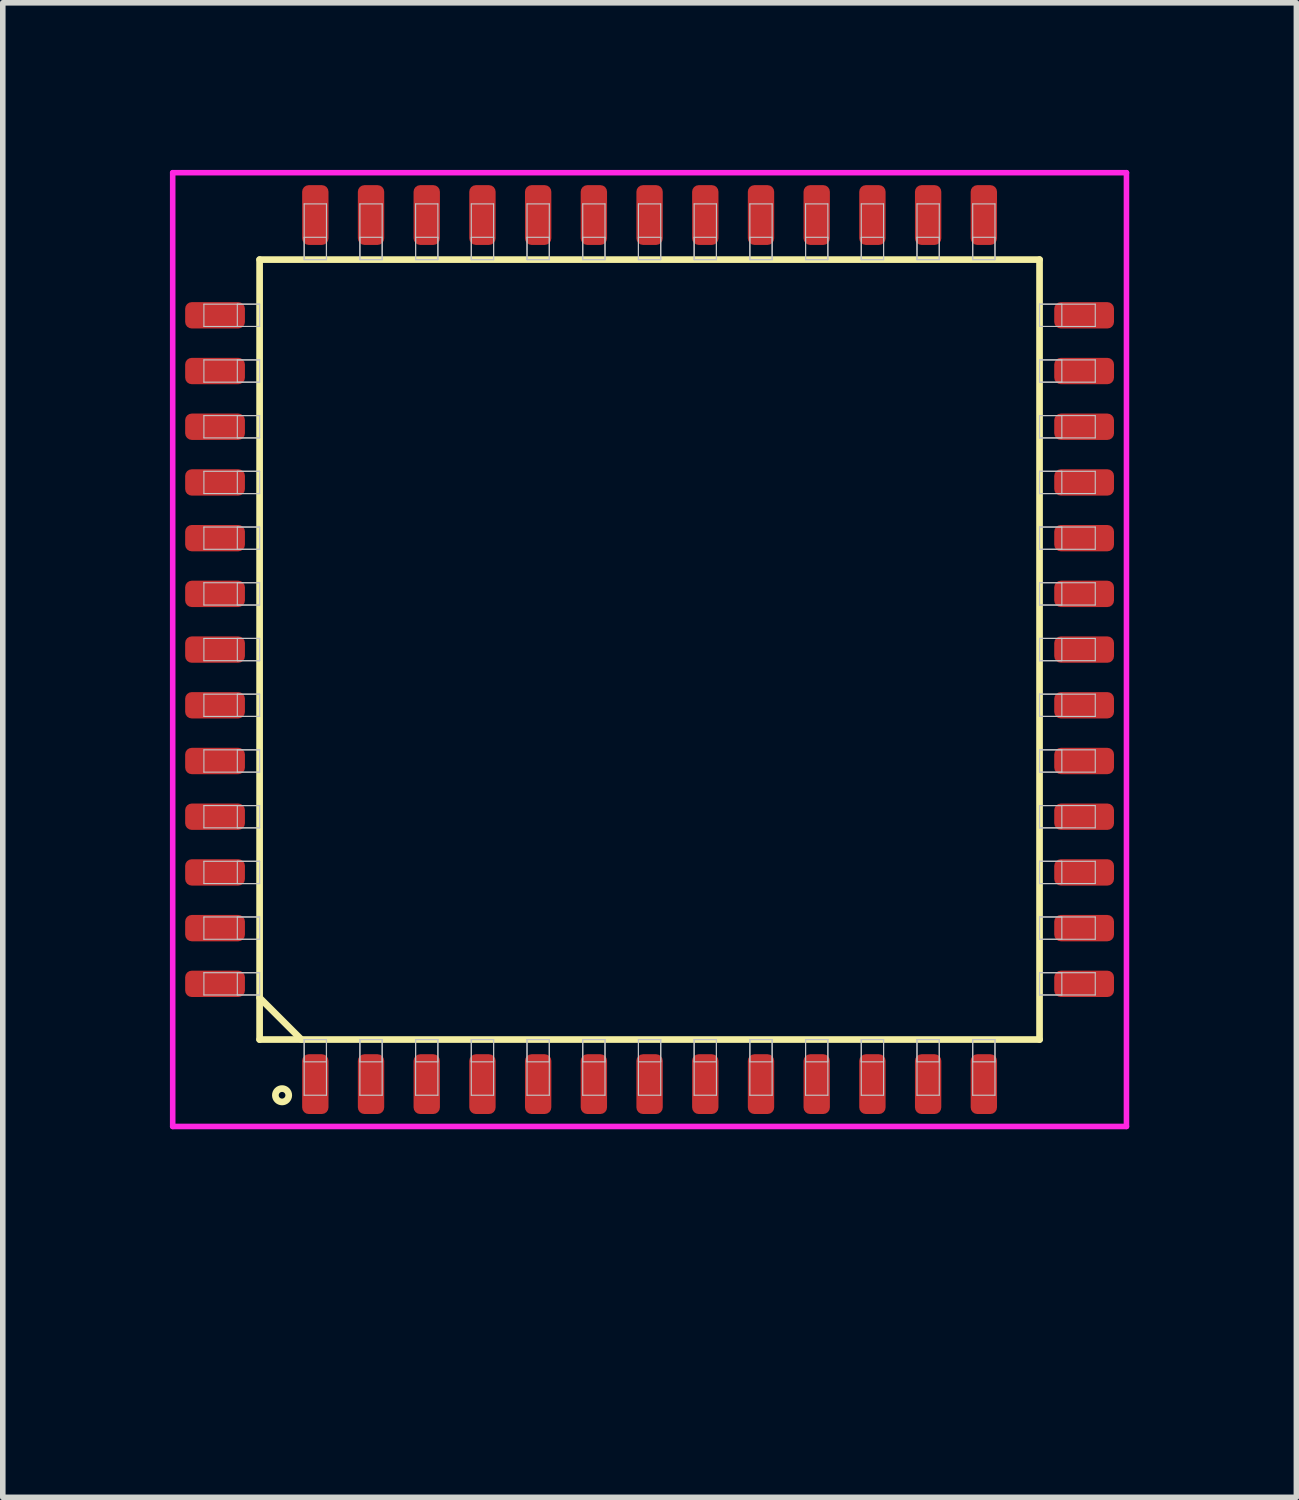
<source format=kicad_pcb>
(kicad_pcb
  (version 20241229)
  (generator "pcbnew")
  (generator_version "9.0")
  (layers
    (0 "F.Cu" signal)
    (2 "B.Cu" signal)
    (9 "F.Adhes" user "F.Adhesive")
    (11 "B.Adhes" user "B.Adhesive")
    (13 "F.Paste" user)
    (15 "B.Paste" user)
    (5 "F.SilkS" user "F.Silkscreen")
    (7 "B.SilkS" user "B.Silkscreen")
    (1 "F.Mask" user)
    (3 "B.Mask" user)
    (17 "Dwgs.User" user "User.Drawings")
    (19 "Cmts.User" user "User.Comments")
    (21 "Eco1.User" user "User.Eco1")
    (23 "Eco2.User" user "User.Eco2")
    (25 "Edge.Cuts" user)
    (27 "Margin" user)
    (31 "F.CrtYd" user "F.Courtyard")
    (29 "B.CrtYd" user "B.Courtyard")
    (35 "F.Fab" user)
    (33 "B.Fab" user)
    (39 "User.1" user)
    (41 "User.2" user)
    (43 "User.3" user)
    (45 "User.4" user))
  (footprint "QFP100P1400x1600-52"
    (layer "F.Cu")
    (at 8.61 8.61)
    (property "Reference" "QFP100P1400x1600-52" (at -3.5 3 90) (layer "User.1") (effects (font (size 1 1) (thickness 0.1))))
    (attr through_hole)
    (fp_line (start -7 -7) (end -7 7) (stroke (width 0.12) (type solid)) (layer "F.SilkS"))
    (fp_line (start -7 6.25) (end -6.25 7) (stroke (width 0.12) (type solid)) (layer "F.SilkS"))
    (fp_line (start -7 7) (end 7 7) (stroke (width 0.12) (type solid)) (layer "F.SilkS"))
    (fp_line (start 7 -7) (end -7 -7) (stroke (width 0.12) (type solid)) (layer "F.SilkS"))
    (fp_line (start 7 7) (end 7 -7) (stroke (width 0.12) (type solid)) (layer "F.SilkS"))
    (fp_circle (center -6.597 8) (end -6.477 8) (stroke (width 0.12) (type solid)) (fill no) (layer "F.SilkS"))
    (fp_line (start -8 -6.2) (end -8 -5.8) (stroke (width 0.02) (type solid)) (layer "Dwgs.User"))
    (fp_line (start -8 -5.8) (end -7 -5.8) (stroke (width 0.02) (type solid)) (layer "Dwgs.User"))
    (fp_line (start -8 -5.2) (end -8 -4.8) (stroke (width 0.02) (type solid)) (layer "Dwgs.User"))
    (fp_line (start -8 -4.8) (end -7 -4.8) (stroke (width 0.02) (type solid)) (layer "Dwgs.User"))
    (fp_line (start -8 -4.2) (end -8 -3.8) (stroke (width 0.02) (type solid)) (layer "Dwgs.User"))
    (fp_line (start -8 -3.8) (end -7 -3.8) (stroke (width 0.02) (type solid)) (layer "Dwgs.User"))
    (fp_line (start -8 -3.2) (end -8 -2.8) (stroke (width 0.02) (type solid)) (layer "Dwgs.User"))
    (fp_line (start -8 -2.8) (end -7 -2.8) (stroke (width 0.02) (type solid)) (layer "Dwgs.User"))
    (fp_line (start -8 -2.2) (end -8 -1.8) (stroke (width 0.02) (type solid)) (layer "Dwgs.User"))
    (fp_line (start -8 -1.8) (end -7 -1.8) (stroke (width 0.02) (type solid)) (layer "Dwgs.User"))
    (fp_line (start -8 -1.2) (end -8 -0.8) (stroke (width 0.02) (type solid)) (layer "Dwgs.User"))
    (fp_line (start -8 -0.8) (end -7 -0.8) (stroke (width 0.02) (type solid)) (layer "Dwgs.User"))
    (fp_line (start -8 -0.2) (end -8 0.2) (stroke (width 0.02) (type solid)) (layer "Dwgs.User"))
    (fp_line (start -8 0.2) (end -7 0.2) (stroke (width 0.02) (type solid)) (layer "Dwgs.User"))
    (fp_line (start -8 0.8) (end -8 1.2) (stroke (width 0.02) (type solid)) (layer "Dwgs.User"))
    (fp_line (start -8 1.2) (end -7 1.2) (stroke (width 0.02) (type solid)) (layer "Dwgs.User"))
    (fp_line (start -8 1.8) (end -8 2.2) (stroke (width 0.02) (type solid)) (layer "Dwgs.User"))
    (fp_line (start -8 2.2) (end -7 2.2) (stroke (width 0.02) (type solid)) (layer "Dwgs.User"))
    (fp_line (start -8 2.8) (end -8 3.2) (stroke (width 0.02) (type solid)) (layer "Dwgs.User"))
    (fp_line (start -8 3.2) (end -7 3.2) (stroke (width 0.02) (type solid)) (layer "Dwgs.User"))
    (fp_line (start -8 3.8) (end -8 4.2) (stroke (width 0.02) (type solid)) (layer "Dwgs.User"))
    (fp_line (start -8 4.2) (end -7 4.2) (stroke (width 0.02) (type solid)) (layer "Dwgs.User"))
    (fp_line (start -8 4.8) (end -8 5.2) (stroke (width 0.02) (type solid)) (layer "Dwgs.User"))
    (fp_line (start -8 5.2) (end -7 5.2) (stroke (width 0.02) (type solid)) (layer "Dwgs.User"))
    (fp_line (start -8 5.8) (end -8 6.2) (stroke (width 0.02) (type solid)) (layer "Dwgs.User"))
    (fp_line (start -8 6.2) (end -7 6.2) (stroke (width 0.02) (type solid)) (layer "Dwgs.User"))
    (fp_line (start -7.4 -6.2) (end -7.4 -5.8) (stroke (width 0.02) (type solid)) (layer "Dwgs.User"))
    (fp_line (start -7.4 -5.8) (end -7 -5.8) (stroke (width 0.02) (type solid)) (layer "Dwgs.User"))
    (fp_line (start -7.4 -5.2) (end -7.4 -4.8) (stroke (width 0.02) (type solid)) (layer "Dwgs.User"))
    (fp_line (start -7.4 -4.8) (end -7 -4.8) (stroke (width 0.02) (type solid)) (layer "Dwgs.User"))
    (fp_line (start -7.4 -4.2) (end -7.4 -3.8) (stroke (width 0.02) (type solid)) (layer "Dwgs.User"))
    (fp_line (start -7.4 -3.8) (end -7 -3.8) (stroke (width 0.02) (type solid)) (layer "Dwgs.User"))
    (fp_line (start -7.4 -3.2) (end -7.4 -2.8) (stroke (width 0.02) (type solid)) (layer "Dwgs.User"))
    (fp_line (start -7.4 -2.8) (end -7 -2.8) (stroke (width 0.02) (type solid)) (layer "Dwgs.User"))
    (fp_line (start -7.4 -2.2) (end -7.4 -1.8) (stroke (width 0.02) (type solid)) (layer "Dwgs.User"))
    (fp_line (start -7.4 -1.8) (end -7 -1.8) (stroke (width 0.02) (type solid)) (layer "Dwgs.User"))
    (fp_line (start -7.4 -1.2) (end -7.4 -0.8) (stroke (width 0.02) (type solid)) (layer "Dwgs.User"))
    (fp_line (start -7.4 -0.8) (end -7 -0.8) (stroke (width 0.02) (type solid)) (layer "Dwgs.User"))
    (fp_line (start -7.4 -0.2) (end -7.4 0.2) (stroke (width 0.02) (type solid)) (layer "Dwgs.User"))
    (fp_line (start -7.4 0.2) (end -7 0.2) (stroke (width 0.02) (type solid)) (layer "Dwgs.User"))
    (fp_line (start -7.4 0.8) (end -7.4 1.2) (stroke (width 0.02) (type solid)) (layer "Dwgs.User"))
    (fp_line (start -7.4 1.2) (end -7 1.2) (stroke (width 0.02) (type solid)) (layer "Dwgs.User"))
    (fp_line (start -7.4 1.8) (end -7.4 2.2) (stroke (width 0.02) (type solid)) (layer "Dwgs.User"))
    (fp_line (start -7.4 2.2) (end -7 2.2) (stroke (width 0.02) (type solid)) (layer "Dwgs.User"))
    (fp_line (start -7.4 2.8) (end -7.4 3.2) (stroke (width 0.02) (type solid)) (layer "Dwgs.User"))
    (fp_line (start -7.4 3.2) (end -7 3.2) (stroke (width 0.02) (type solid)) (layer "Dwgs.User"))
    (fp_line (start -7.4 3.8) (end -7.4 4.2) (stroke (width 0.02) (type solid)) (layer "Dwgs.User"))
    (fp_line (start -7.4 4.2) (end -7 4.2) (stroke (width 0.02) (type solid)) (layer "Dwgs.User"))
    (fp_line (start -7.4 4.8) (end -7.4 5.2) (stroke (width 0.02) (type solid)) (layer "Dwgs.User"))
    (fp_line (start -7.4 5.2) (end -7 5.2) (stroke (width 0.02) (type solid)) (layer "Dwgs.User"))
    (fp_line (start -7.4 5.8) (end -7.4 6.2) (stroke (width 0.02) (type solid)) (layer "Dwgs.User"))
    (fp_line (start -7.4 6.2) (end -7 6.2) (stroke (width 0.02) (type solid)) (layer "Dwgs.User"))
    (fp_line (start -7 -6.2) (end -8 -6.2) (stroke (width 0.02) (type solid)) (layer "Dwgs.User"))
    (fp_line (start -7 -6.2) (end -7.4 -6.2) (stroke (width 0.02) (type solid)) (layer "Dwgs.User"))
    (fp_line (start -7 -5.8) (end -7 -6.2) (stroke (width 0.02) (type solid)) (layer "Dwgs.User"))
    (fp_line (start -7 -5.8) (end -7 -6.2) (stroke (width 0.02) (type solid)) (layer "Dwgs.User"))
    (fp_line (start -7 -5.2) (end -8 -5.2) (stroke (width 0.02) (type solid)) (layer "Dwgs.User"))
    (fp_line (start -7 -5.2) (end -7.4 -5.2) (stroke (width 0.02) (type solid)) (layer "Dwgs.User"))
    (fp_line (start -7 -4.8) (end -7 -5.2) (stroke (width 0.02) (type solid)) (layer "Dwgs.User"))
    (fp_line (start -7 -4.8) (end -7 -5.2) (stroke (width 0.02) (type solid)) (layer "Dwgs.User"))
    (fp_line (start -7 -4.2) (end -8 -4.2) (stroke (width 0.02) (type solid)) (layer "Dwgs.User"))
    (fp_line (start -7 -4.2) (end -7.4 -4.2) (stroke (width 0.02) (type solid)) (layer "Dwgs.User"))
    (fp_line (start -7 -3.8) (end -7 -4.2) (stroke (width 0.02) (type solid)) (layer "Dwgs.User"))
    (fp_line (start -7 -3.8) (end -7 -4.2) (stroke (width 0.02) (type solid)) (layer "Dwgs.User"))
    (fp_line (start -7 -3.2) (end -8 -3.2) (stroke (width 0.02) (type solid)) (layer "Dwgs.User"))
    (fp_line (start -7 -3.2) (end -7.4 -3.2) (stroke (width 0.02) (type solid)) (layer "Dwgs.User"))
    (fp_line (start -7 -2.8) (end -7 -3.2) (stroke (width 0.02) (type solid)) (layer "Dwgs.User"))
    (fp_line (start -7 -2.8) (end -7 -3.2) (stroke (width 0.02) (type solid)) (layer "Dwgs.User"))
    (fp_line (start -7 -2.2) (end -8 -2.2) (stroke (width 0.02) (type solid)) (layer "Dwgs.User"))
    (fp_line (start -7 -2.2) (end -7.4 -2.2) (stroke (width 0.02) (type solid)) (layer "Dwgs.User"))
    (fp_line (start -7 -1.8) (end -7 -2.2) (stroke (width 0.02) (type solid)) (layer "Dwgs.User"))
    (fp_line (start -7 -1.8) (end -7 -2.2) (stroke (width 0.02) (type solid)) (layer "Dwgs.User"))
    (fp_line (start -7 -1.2) (end -8 -1.2) (stroke (width 0.02) (type solid)) (layer "Dwgs.User"))
    (fp_line (start -7 -1.2) (end -7.4 -1.2) (stroke (width 0.02) (type solid)) (layer "Dwgs.User"))
    (fp_line (start -7 -0.8) (end -7 -1.2) (stroke (width 0.02) (type solid)) (layer "Dwgs.User"))
    (fp_line (start -7 -0.8) (end -7 -1.2) (stroke (width 0.02) (type solid)) (layer "Dwgs.User"))
    (fp_line (start -7 -0.2) (end -8 -0.2) (stroke (width 0.02) (type solid)) (layer "Dwgs.User"))
    (fp_line (start -7 -0.2) (end -7.4 -0.2) (stroke (width 0.02) (type solid)) (layer "Dwgs.User"))
    (fp_line (start -7 0.2) (end -7 -0.2) (stroke (width 0.02) (type solid)) (layer "Dwgs.User"))
    (fp_line (start -7 0.2) (end -7 -0.2) (stroke (width 0.02) (type solid)) (layer "Dwgs.User"))
    (fp_line (start -7 0.8) (end -8 0.8) (stroke (width 0.02) (type solid)) (layer "Dwgs.User"))
    (fp_line (start -7 0.8) (end -7.4 0.8) (stroke (width 0.02) (type solid)) (layer "Dwgs.User"))
    (fp_line (start -7 1.2) (end -7 0.8) (stroke (width 0.02) (type solid)) (layer "Dwgs.User"))
    (fp_line (start -7 1.2) (end -7 0.8) (stroke (width 0.02) (type solid)) (layer "Dwgs.User"))
    (fp_line (start -7 1.8) (end -8 1.8) (stroke (width 0.02) (type solid)) (layer "Dwgs.User"))
    (fp_line (start -7 1.8) (end -7.4 1.8) (stroke (width 0.02) (type solid)) (layer "Dwgs.User"))
    (fp_line (start -7 2.2) (end -7 1.8) (stroke (width 0.02) (type solid)) (layer "Dwgs.User"))
    (fp_line (start -7 2.2) (end -7 1.8) (stroke (width 0.02) (type solid)) (layer "Dwgs.User"))
    (fp_line (start -7 2.8) (end -8 2.8) (stroke (width 0.02) (type solid)) (layer "Dwgs.User"))
    (fp_line (start -7 2.8) (end -7.4 2.8) (stroke (width 0.02) (type solid)) (layer "Dwgs.User"))
    (fp_line (start -7 3.2) (end -7 2.8) (stroke (width 0.02) (type solid)) (layer "Dwgs.User"))
    (fp_line (start -7 3.2) (end -7 2.8) (stroke (width 0.02) (type solid)) (layer "Dwgs.User"))
    (fp_line (start -7 3.8) (end -8 3.8) (stroke (width 0.02) (type solid)) (layer "Dwgs.User"))
    (fp_line (start -7 3.8) (end -7.4 3.8) (stroke (width 0.02) (type solid)) (layer "Dwgs.User"))
    (fp_line (start -7 4.2) (end -7 3.8) (stroke (width 0.02) (type solid)) (layer "Dwgs.User"))
    (fp_line (start -7 4.2) (end -7 3.8) (stroke (width 0.02) (type solid)) (layer "Dwgs.User"))
    (fp_line (start -7 4.8) (end -8 4.8) (stroke (width 0.02) (type solid)) (layer "Dwgs.User"))
    (fp_line (start -7 4.8) (end -7.4 4.8) (stroke (width 0.02) (type solid)) (layer "Dwgs.User"))
    (fp_line (start -7 5.2) (end -7 4.8) (stroke (width 0.02) (type solid)) (layer "Dwgs.User"))
    (fp_line (start -7 5.2) (end -7 4.8) (stroke (width 0.02) (type solid)) (layer "Dwgs.User"))
    (fp_line (start -7 5.8) (end -8 5.8) (stroke (width 0.02) (type solid)) (layer "Dwgs.User"))
    (fp_line (start -7 5.8) (end -7.4 5.8) (stroke (width 0.02) (type solid)) (layer "Dwgs.User"))
    (fp_line (start -7 6.2) (end -7 5.8) (stroke (width 0.02) (type solid)) (layer "Dwgs.User"))
    (fp_line (start -7 6.2) (end -7 5.8) (stroke (width 0.02) (type solid)) (layer "Dwgs.User"))
    (fp_line (start -6.2 -8) (end -6.2 -7) (stroke (width 0.02) (type solid)) (layer "Dwgs.User"))
    (fp_line (start -6.2 -7.4) (end -6.2 -7) (stroke (width 0.02) (type solid)) (layer "Dwgs.User"))
    (fp_line (start -6.2 -7) (end -5.8 -7) (stroke (width 0.02) (type solid)) (layer "Dwgs.User"))
    (fp_line (start -6.2 -7) (end -5.8 -7) (stroke (width 0.02) (type solid)) (layer "Dwgs.User"))
    (fp_line (start -6.2 7) (end -5.8 7) (stroke (width 0.02) (type solid)) (layer "Dwgs.User"))
    (fp_line (start -6.2 7) (end -5.8 7) (stroke (width 0.02) (type solid)) (layer "Dwgs.User"))
    (fp_line (start -6.2 7.4) (end -6.2 7) (stroke (width 0.02) (type solid)) (layer "Dwgs.User"))
    (fp_line (start -6.2 8) (end -6.2 7) (stroke (width 0.02) (type solid)) (layer "Dwgs.User"))
    (fp_line (start -5.8 -8) (end -6.2 -8) (stroke (width 0.02) (type solid)) (layer "Dwgs.User"))
    (fp_line (start -5.8 -7.4) (end -6.2 -7.4) (stroke (width 0.02) (type solid)) (layer "Dwgs.User"))
    (fp_line (start -5.8 -7) (end -5.8 -8) (stroke (width 0.02) (type solid)) (layer "Dwgs.User"))
    (fp_line (start -5.8 -7) (end -5.8 -7.4) (stroke (width 0.02) (type solid)) (layer "Dwgs.User"))
    (fp_line (start -5.8 7) (end -5.8 7.4) (stroke (width 0.02) (type solid)) (layer "Dwgs.User"))
    (fp_line (start -5.8 7) (end -5.8 8) (stroke (width 0.02) (type solid)) (layer "Dwgs.User"))
    (fp_line (start -5.8 7.4) (end -6.2 7.4) (stroke (width 0.02) (type solid)) (layer "Dwgs.User"))
    (fp_line (start -5.8 8) (end -6.2 8) (stroke (width 0.02) (type solid)) (layer "Dwgs.User"))
    (fp_line (start -5.2 -8) (end -5.2 -7) (stroke (width 0.02) (type solid)) (layer "Dwgs.User"))
    (fp_line (start -5.2 -7.4) (end -5.2 -7) (stroke (width 0.02) (type solid)) (layer "Dwgs.User"))
    (fp_line (start -5.2 -7) (end -4.8 -7) (stroke (width 0.02) (type solid)) (layer "Dwgs.User"))
    (fp_line (start -5.2 -7) (end -4.8 -7) (stroke (width 0.02) (type solid)) (layer "Dwgs.User"))
    (fp_line (start -5.2 7) (end -4.8 7) (stroke (width 0.02) (type solid)) (layer "Dwgs.User"))
    (fp_line (start -5.2 7) (end -4.8 7) (stroke (width 0.02) (type solid)) (layer "Dwgs.User"))
    (fp_line (start -5.2 7.4) (end -5.2 7) (stroke (width 0.02) (type solid)) (layer "Dwgs.User"))
    (fp_line (start -5.2 8) (end -5.2 7) (stroke (width 0.02) (type solid)) (layer "Dwgs.User"))
    (fp_line (start -4.8 -8) (end -5.2 -8) (stroke (width 0.02) (type solid)) (layer "Dwgs.User"))
    (fp_line (start -4.8 -7.4) (end -5.2 -7.4) (stroke (width 0.02) (type solid)) (layer "Dwgs.User"))
    (fp_line (start -4.8 -7) (end -4.8 -8) (stroke (width 0.02) (type solid)) (layer "Dwgs.User"))
    (fp_line (start -4.8 -7) (end -4.8 -7.4) (stroke (width 0.02) (type solid)) (layer "Dwgs.User"))
    (fp_line (start -4.8 7) (end -4.8 7.4) (stroke (width 0.02) (type solid)) (layer "Dwgs.User"))
    (fp_line (start -4.8 7) (end -4.8 8) (stroke (width 0.02) (type solid)) (layer "Dwgs.User"))
    (fp_line (start -4.8 7.4) (end -5.2 7.4) (stroke (width 0.02) (type solid)) (layer "Dwgs.User"))
    (fp_line (start -4.8 8) (end -5.2 8) (stroke (width 0.02) (type solid)) (layer "Dwgs.User"))
    (fp_line (start -4.2 -8) (end -4.2 -7) (stroke (width 0.02) (type solid)) (layer "Dwgs.User"))
    (fp_line (start -4.2 -7.4) (end -4.2 -7) (stroke (width 0.02) (type solid)) (layer "Dwgs.User"))
    (fp_line (start -4.2 -7) (end -3.8 -7) (stroke (width 0.02) (type solid)) (layer "Dwgs.User"))
    (fp_line (start -4.2 -7) (end -3.8 -7) (stroke (width 0.02) (type solid)) (layer "Dwgs.User"))
    (fp_line (start -4.2 7) (end -3.8 7) (stroke (width 0.02) (type solid)) (layer "Dwgs.User"))
    (fp_line (start -4.2 7) (end -3.8 7) (stroke (width 0.02) (type solid)) (layer "Dwgs.User"))
    (fp_line (start -4.2 7.4) (end -4.2 7) (stroke (width 0.02) (type solid)) (layer "Dwgs.User"))
    (fp_line (start -4.2 8) (end -4.2 7) (stroke (width 0.02) (type solid)) (layer "Dwgs.User"))
    (fp_line (start -3.8 -8) (end -4.2 -8) (stroke (width 0.02) (type solid)) (layer "Dwgs.User"))
    (fp_line (start -3.8 -7.4) (end -4.2 -7.4) (stroke (width 0.02) (type solid)) (layer "Dwgs.User"))
    (fp_line (start -3.8 -7) (end -3.8 -8) (stroke (width 0.02) (type solid)) (layer "Dwgs.User"))
    (fp_line (start -3.8 -7) (end -3.8 -7.4) (stroke (width 0.02) (type solid)) (layer "Dwgs.User"))
    (fp_line (start -3.8 7) (end -3.8 7.4) (stroke (width 0.02) (type solid)) (layer "Dwgs.User"))
    (fp_line (start -3.8 7) (end -3.8 8) (stroke (width 0.02) (type solid)) (layer "Dwgs.User"))
    (fp_line (start -3.8 7.4) (end -4.2 7.4) (stroke (width 0.02) (type solid)) (layer "Dwgs.User"))
    (fp_line (start -3.8 8) (end -4.2 8) (stroke (width 0.02) (type solid)) (layer "Dwgs.User"))
    (fp_line (start -3.2 -8) (end -3.2 -7) (stroke (width 0.02) (type solid)) (layer "Dwgs.User"))
    (fp_line (start -3.2 -7.4) (end -3.2 -7) (stroke (width 0.02) (type solid)) (layer "Dwgs.User"))
    (fp_line (start -3.2 -7) (end -2.8 -7) (stroke (width 0.02) (type solid)) (layer "Dwgs.User"))
    (fp_line (start -3.2 -7) (end -2.8 -7) (stroke (width 0.02) (type solid)) (layer "Dwgs.User"))
    (fp_line (start -3.2 7) (end -2.8 7) (stroke (width 0.02) (type solid)) (layer "Dwgs.User"))
    (fp_line (start -3.2 7) (end -2.8 7) (stroke (width 0.02) (type solid)) (layer "Dwgs.User"))
    (fp_line (start -3.2 7.4) (end -3.2 7) (stroke (width 0.02) (type solid)) (layer "Dwgs.User"))
    (fp_line (start -3.2 8) (end -3.2 7) (stroke (width 0.02) (type solid)) (layer "Dwgs.User"))
    (fp_line (start -2.8 -8) (end -3.2 -8) (stroke (width 0.02) (type solid)) (layer "Dwgs.User"))
    (fp_line (start -2.8 -7.4) (end -3.2 -7.4) (stroke (width 0.02) (type solid)) (layer "Dwgs.User"))
    (fp_line (start -2.8 -7) (end -2.8 -8) (stroke (width 0.02) (type solid)) (layer "Dwgs.User"))
    (fp_line (start -2.8 -7) (end -2.8 -7.4) (stroke (width 0.02) (type solid)) (layer "Dwgs.User"))
    (fp_line (start -2.8 7) (end -2.8 7.4) (stroke (width 0.02) (type solid)) (layer "Dwgs.User"))
    (fp_line (start -2.8 7) (end -2.8 8) (stroke (width 0.02) (type solid)) (layer "Dwgs.User"))
    (fp_line (start -2.8 7.4) (end -3.2 7.4) (stroke (width 0.02) (type solid)) (layer "Dwgs.User"))
    (fp_line (start -2.8 8) (end -3.2 8) (stroke (width 0.02) (type solid)) (layer "Dwgs.User"))
    (fp_line (start -2.2 -8) (end -2.2 -7) (stroke (width 0.02) (type solid)) (layer "Dwgs.User"))
    (fp_line (start -2.2 -7.4) (end -2.2 -7) (stroke (width 0.02) (type solid)) (layer "Dwgs.User"))
    (fp_line (start -2.2 -7) (end -1.8 -7) (stroke (width 0.02) (type solid)) (layer "Dwgs.User"))
    (fp_line (start -2.2 -7) (end -1.8 -7) (stroke (width 0.02) (type solid)) (layer "Dwgs.User"))
    (fp_line (start -2.2 7) (end -1.8 7) (stroke (width 0.02) (type solid)) (layer "Dwgs.User"))
    (fp_line (start -2.2 7) (end -1.8 7) (stroke (width 0.02) (type solid)) (layer "Dwgs.User"))
    (fp_line (start -2.2 7.4) (end -2.2 7) (stroke (width 0.02) (type solid)) (layer "Dwgs.User"))
    (fp_line (start -2.2 8) (end -2.2 7) (stroke (width 0.02) (type solid)) (layer "Dwgs.User"))
    (fp_line (start -1.8 -8) (end -2.2 -8) (stroke (width 0.02) (type solid)) (layer "Dwgs.User"))
    (fp_line (start -1.8 -7.4) (end -2.2 -7.4) (stroke (width 0.02) (type solid)) (layer "Dwgs.User"))
    (fp_line (start -1.8 -7) (end -1.8 -8) (stroke (width 0.02) (type solid)) (layer "Dwgs.User"))
    (fp_line (start -1.8 -7) (end -1.8 -7.4) (stroke (width 0.02) (type solid)) (layer "Dwgs.User"))
    (fp_line (start -1.8 7) (end -1.8 7.4) (stroke (width 0.02) (type solid)) (layer "Dwgs.User"))
    (fp_line (start -1.8 7) (end -1.8 8) (stroke (width 0.02) (type solid)) (layer "Dwgs.User"))
    (fp_line (start -1.8 7.4) (end -2.2 7.4) (stroke (width 0.02) (type solid)) (layer "Dwgs.User"))
    (fp_line (start -1.8 8) (end -2.2 8) (stroke (width 0.02) (type solid)) (layer "Dwgs.User"))
    (fp_line (start -1.2 -8) (end -1.2 -7) (stroke (width 0.02) (type solid)) (layer "Dwgs.User"))
    (fp_line (start -1.2 -7.4) (end -1.2 -7) (stroke (width 0.02) (type solid)) (layer "Dwgs.User"))
    (fp_line (start -1.2 -7) (end -0.8 -7) (stroke (width 0.02) (type solid)) (layer "Dwgs.User"))
    (fp_line (start -1.2 -7) (end -0.8 -7) (stroke (width 0.02) (type solid)) (layer "Dwgs.User"))
    (fp_line (start -1.2 7) (end -0.8 7) (stroke (width 0.02) (type solid)) (layer "Dwgs.User"))
    (fp_line (start -1.2 7) (end -0.8 7) (stroke (width 0.02) (type solid)) (layer "Dwgs.User"))
    (fp_line (start -1.2 7.4) (end -1.2 7) (stroke (width 0.02) (type solid)) (layer "Dwgs.User"))
    (fp_line (start -1.2 8) (end -1.2 7) (stroke (width 0.02) (type solid)) (layer "Dwgs.User"))
    (fp_line (start -0.8 -8) (end -1.2 -8) (stroke (width 0.02) (type solid)) (layer "Dwgs.User"))
    (fp_line (start -0.8 -7.4) (end -1.2 -7.4) (stroke (width 0.02) (type solid)) (layer "Dwgs.User"))
    (fp_line (start -0.8 -7) (end -0.8 -8) (stroke (width 0.02) (type solid)) (layer "Dwgs.User"))
    (fp_line (start -0.8 -7) (end -0.8 -7.4) (stroke (width 0.02) (type solid)) (layer "Dwgs.User"))
    (fp_line (start -0.8 7) (end -0.8 7.4) (stroke (width 0.02) (type solid)) (layer "Dwgs.User"))
    (fp_line (start -0.8 7) (end -0.8 8) (stroke (width 0.02) (type solid)) (layer "Dwgs.User"))
    (fp_line (start -0.8 7.4) (end -1.2 7.4) (stroke (width 0.02) (type solid)) (layer "Dwgs.User"))
    (fp_line (start -0.8 8) (end -1.2 8) (stroke (width 0.02) (type solid)) (layer "Dwgs.User"))
    (fp_line (start -0.2 -8) (end -0.2 -7) (stroke (width 0.02) (type solid)) (layer "Dwgs.User"))
    (fp_line (start -0.2 -7.4) (end -0.2 -7) (stroke (width 0.02) (type solid)) (layer "Dwgs.User"))
    (fp_line (start -0.2 -7) (end 0.2 -7) (stroke (width 0.02) (type solid)) (layer "Dwgs.User"))
    (fp_line (start -0.2 -7) (end 0.2 -7) (stroke (width 0.02) (type solid)) (layer "Dwgs.User"))
    (fp_line (start -0.2 7) (end 0.2 7) (stroke (width 0.02) (type solid)) (layer "Dwgs.User"))
    (fp_line (start -0.2 7) (end 0.2 7) (stroke (width 0.02) (type solid)) (layer "Dwgs.User"))
    (fp_line (start -0.2 7.4) (end -0.2 7) (stroke (width 0.02) (type solid)) (layer "Dwgs.User"))
    (fp_line (start -0.2 8) (end -0.2 7) (stroke (width 0.02) (type solid)) (layer "Dwgs.User"))
    (fp_line (start 0.2 -8) (end -0.2 -8) (stroke (width 0.02) (type solid)) (layer "Dwgs.User"))
    (fp_line (start 0.2 -7.4) (end -0.2 -7.4) (stroke (width 0.02) (type solid)) (layer "Dwgs.User"))
    (fp_line (start 0.2 -7) (end 0.2 -8) (stroke (width 0.02) (type solid)) (layer "Dwgs.User"))
    (fp_line (start 0.2 -7) (end 0.2 -7.4) (stroke (width 0.02) (type solid)) (layer "Dwgs.User"))
    (fp_line (start 0.2 7) (end 0.2 7.4) (stroke (width 0.02) (type solid)) (layer "Dwgs.User"))
    (fp_line (start 0.2 7) (end 0.2 8) (stroke (width 0.02) (type solid)) (layer "Dwgs.User"))
    (fp_line (start 0.2 7.4) (end -0.2 7.4) (stroke (width 0.02) (type solid)) (layer "Dwgs.User"))
    (fp_line (start 0.2 8) (end -0.2 8) (stroke (width 0.02) (type solid)) (layer "Dwgs.User"))
    (fp_line (start 0.8 -8) (end 0.8 -7) (stroke (width 0.02) (type solid)) (layer "Dwgs.User"))
    (fp_line (start 0.8 -7.4) (end 0.8 -7) (stroke (width 0.02) (type solid)) (layer "Dwgs.User"))
    (fp_line (start 0.8 -7) (end 1.2 -7) (stroke (width 0.02) (type solid)) (layer "Dwgs.User"))
    (fp_line (start 0.8 -7) (end 1.2 -7) (stroke (width 0.02) (type solid)) (layer "Dwgs.User"))
    (fp_line (start 0.8 7) (end 1.2 7) (stroke (width 0.02) (type solid)) (layer "Dwgs.User"))
    (fp_line (start 0.8 7) (end 1.2 7) (stroke (width 0.02) (type solid)) (layer "Dwgs.User"))
    (fp_line (start 0.8 7.4) (end 0.8 7) (stroke (width 0.02) (type solid)) (layer "Dwgs.User"))
    (fp_line (start 0.8 8) (end 0.8 7) (stroke (width 0.02) (type solid)) (layer "Dwgs.User"))
    (fp_line (start 1.2 -8) (end 0.8 -8) (stroke (width 0.02) (type solid)) (layer "Dwgs.User"))
    (fp_line (start 1.2 -7.4) (end 0.8 -7.4) (stroke (width 0.02) (type solid)) (layer "Dwgs.User"))
    (fp_line (start 1.2 -7) (end 1.2 -8) (stroke (width 0.02) (type solid)) (layer "Dwgs.User"))
    (fp_line (start 1.2 -7) (end 1.2 -7.4) (stroke (width 0.02) (type solid)) (layer "Dwgs.User"))
    (fp_line (start 1.2 7) (end 1.2 7.4) (stroke (width 0.02) (type solid)) (layer "Dwgs.User"))
    (fp_line (start 1.2 7) (end 1.2 8) (stroke (width 0.02) (type solid)) (layer "Dwgs.User"))
    (fp_line (start 1.2 7.4) (end 0.8 7.4) (stroke (width 0.02) (type solid)) (layer "Dwgs.User"))
    (fp_line (start 1.2 8) (end 0.8 8) (stroke (width 0.02) (type solid)) (layer "Dwgs.User"))
    (fp_line (start 1.8 -8) (end 1.8 -7) (stroke (width 0.02) (type solid)) (layer "Dwgs.User"))
    (fp_line (start 1.8 -7.4) (end 1.8 -7) (stroke (width 0.02) (type solid)) (layer "Dwgs.User"))
    (fp_line (start 1.8 -7) (end 2.2 -7) (stroke (width 0.02) (type solid)) (layer "Dwgs.User"))
    (fp_line (start 1.8 -7) (end 2.2 -7) (stroke (width 0.02) (type solid)) (layer "Dwgs.User"))
    (fp_line (start 1.8 7) (end 2.2 7) (stroke (width 0.02) (type solid)) (layer "Dwgs.User"))
    (fp_line (start 1.8 7) (end 2.2 7) (stroke (width 0.02) (type solid)) (layer "Dwgs.User"))
    (fp_line (start 1.8 7.4) (end 1.8 7) (stroke (width 0.02) (type solid)) (layer "Dwgs.User"))
    (fp_line (start 1.8 8) (end 1.8 7) (stroke (width 0.02) (type solid)) (layer "Dwgs.User"))
    (fp_line (start 2.2 -8) (end 1.8 -8) (stroke (width 0.02) (type solid)) (layer "Dwgs.User"))
    (fp_line (start 2.2 -7.4) (end 1.8 -7.4) (stroke (width 0.02) (type solid)) (layer "Dwgs.User"))
    (fp_line (start 2.2 -7) (end 2.2 -8) (stroke (width 0.02) (type solid)) (layer "Dwgs.User"))
    (fp_line (start 2.2 -7) (end 2.2 -7.4) (stroke (width 0.02) (type solid)) (layer "Dwgs.User"))
    (fp_line (start 2.2 7) (end 2.2 7.4) (stroke (width 0.02) (type solid)) (layer "Dwgs.User"))
    (fp_line (start 2.2 7) (end 2.2 8) (stroke (width 0.02) (type solid)) (layer "Dwgs.User"))
    (fp_line (start 2.2 7.4) (end 1.8 7.4) (stroke (width 0.02) (type solid)) (layer "Dwgs.User"))
    (fp_line (start 2.2 8) (end 1.8 8) (stroke (width 0.02) (type solid)) (layer "Dwgs.User"))
    (fp_line (start 2.8 -8) (end 2.8 -7) (stroke (width 0.02) (type solid)) (layer "Dwgs.User"))
    (fp_line (start 2.8 -7.4) (end 2.8 -7) (stroke (width 0.02) (type solid)) (layer "Dwgs.User"))
    (fp_line (start 2.8 -7) (end 3.2 -7) (stroke (width 0.02) (type solid)) (layer "Dwgs.User"))
    (fp_line (start 2.8 -7) (end 3.2 -7) (stroke (width 0.02) (type solid)) (layer "Dwgs.User"))
    (fp_line (start 2.8 7) (end 3.2 7) (stroke (width 0.02) (type solid)) (layer "Dwgs.User"))
    (fp_line (start 2.8 7) (end 3.2 7) (stroke (width 0.02) (type solid)) (layer "Dwgs.User"))
    (fp_line (start 2.8 7.4) (end 2.8 7) (stroke (width 0.02) (type solid)) (layer "Dwgs.User"))
    (fp_line (start 2.8 8) (end 2.8 7) (stroke (width 0.02) (type solid)) (layer "Dwgs.User"))
    (fp_line (start 3.2 -8) (end 2.8 -8) (stroke (width 0.02) (type solid)) (layer "Dwgs.User"))
    (fp_line (start 3.2 -7.4) (end 2.8 -7.4) (stroke (width 0.02) (type solid)) (layer "Dwgs.User"))
    (fp_line (start 3.2 -7) (end 3.2 -8) (stroke (width 0.02) (type solid)) (layer "Dwgs.User"))
    (fp_line (start 3.2 -7) (end 3.2 -7.4) (stroke (width 0.02) (type solid)) (layer "Dwgs.User"))
    (fp_line (start 3.2 7) (end 3.2 7.4) (stroke (width 0.02) (type solid)) (layer "Dwgs.User"))
    (fp_line (start 3.2 7) (end 3.2 8) (stroke (width 0.02) (type solid)) (layer "Dwgs.User"))
    (fp_line (start 3.2 7.4) (end 2.8 7.4) (stroke (width 0.02) (type solid)) (layer "Dwgs.User"))
    (fp_line (start 3.2 8) (end 2.8 8) (stroke (width 0.02) (type solid)) (layer "Dwgs.User"))
    (fp_line (start 3.8 -8) (end 3.8 -7) (stroke (width 0.02) (type solid)) (layer "Dwgs.User"))
    (fp_line (start 3.8 -7.4) (end 3.8 -7) (stroke (width 0.02) (type solid)) (layer "Dwgs.User"))
    (fp_line (start 3.8 -7) (end 4.2 -7) (stroke (width 0.02) (type solid)) (layer "Dwgs.User"))
    (fp_line (start 3.8 -7) (end 4.2 -7) (stroke (width 0.02) (type solid)) (layer "Dwgs.User"))
    (fp_line (start 3.8 7) (end 4.2 7) (stroke (width 0.02) (type solid)) (layer "Dwgs.User"))
    (fp_line (start 3.8 7) (end 4.2 7) (stroke (width 0.02) (type solid)) (layer "Dwgs.User"))
    (fp_line (start 3.8 7.4) (end 3.8 7) (stroke (width 0.02) (type solid)) (layer "Dwgs.User"))
    (fp_line (start 3.8 8) (end 3.8 7) (stroke (width 0.02) (type solid)) (layer "Dwgs.User"))
    (fp_line (start 4.2 -8) (end 3.8 -8) (stroke (width 0.02) (type solid)) (layer "Dwgs.User"))
    (fp_line (start 4.2 -7.4) (end 3.8 -7.4) (stroke (width 0.02) (type solid)) (layer "Dwgs.User"))
    (fp_line (start 4.2 -7) (end 4.2 -8) (stroke (width 0.02) (type solid)) (layer "Dwgs.User"))
    (fp_line (start 4.2 -7) (end 4.2 -7.4) (stroke (width 0.02) (type solid)) (layer "Dwgs.User"))
    (fp_line (start 4.2 7) (end 4.2 7.4) (stroke (width 0.02) (type solid)) (layer "Dwgs.User"))
    (fp_line (start 4.2 7) (end 4.2 8) (stroke (width 0.02) (type solid)) (layer "Dwgs.User"))
    (fp_line (start 4.2 7.4) (end 3.8 7.4) (stroke (width 0.02) (type solid)) (layer "Dwgs.User"))
    (fp_line (start 4.2 8) (end 3.8 8) (stroke (width 0.02) (type solid)) (layer "Dwgs.User"))
    (fp_line (start 4.8 -8) (end 4.8 -7) (stroke (width 0.02) (type solid)) (layer "Dwgs.User"))
    (fp_line (start 4.8 -7.4) (end 4.8 -7) (stroke (width 0.02) (type solid)) (layer "Dwgs.User"))
    (fp_line (start 4.8 -7) (end 5.2 -7) (stroke (width 0.02) (type solid)) (layer "Dwgs.User"))
    (fp_line (start 4.8 -7) (end 5.2 -7) (stroke (width 0.02) (type solid)) (layer "Dwgs.User"))
    (fp_line (start 4.8 7) (end 5.2 7) (stroke (width 0.02) (type solid)) (layer "Dwgs.User"))
    (fp_line (start 4.8 7) (end 5.2 7) (stroke (width 0.02) (type solid)) (layer "Dwgs.User"))
    (fp_line (start 4.8 7.4) (end 4.8 7) (stroke (width 0.02) (type solid)) (layer "Dwgs.User"))
    (fp_line (start 4.8 8) (end 4.8 7) (stroke (width 0.02) (type solid)) (layer "Dwgs.User"))
    (fp_line (start 5.2 -8) (end 4.8 -8) (stroke (width 0.02) (type solid)) (layer "Dwgs.User"))
    (fp_line (start 5.2 -7.4) (end 4.8 -7.4) (stroke (width 0.02) (type solid)) (layer "Dwgs.User"))
    (fp_line (start 5.2 -7) (end 5.2 -8) (stroke (width 0.02) (type solid)) (layer "Dwgs.User"))
    (fp_line (start 5.2 -7) (end 5.2 -7.4) (stroke (width 0.02) (type solid)) (layer "Dwgs.User"))
    (fp_line (start 5.2 7) (end 5.2 7.4) (stroke (width 0.02) (type solid)) (layer "Dwgs.User"))
    (fp_line (start 5.2 7) (end 5.2 8) (stroke (width 0.02) (type solid)) (layer "Dwgs.User"))
    (fp_line (start 5.2 7.4) (end 4.8 7.4) (stroke (width 0.02) (type solid)) (layer "Dwgs.User"))
    (fp_line (start 5.2 8) (end 4.8 8) (stroke (width 0.02) (type solid)) (layer "Dwgs.User"))
    (fp_line (start 5.8 -8) (end 5.8 -7) (stroke (width 0.02) (type solid)) (layer "Dwgs.User"))
    (fp_line (start 5.8 -7.4) (end 5.8 -7) (stroke (width 0.02) (type solid)) (layer "Dwgs.User"))
    (fp_line (start 5.8 -7) (end 6.2 -7) (stroke (width 0.02) (type solid)) (layer "Dwgs.User"))
    (fp_line (start 5.8 -7) (end 6.2 -7) (stroke (width 0.02) (type solid)) (layer "Dwgs.User"))
    (fp_line (start 5.8 7) (end 6.2 7) (stroke (width 0.02) (type solid)) (layer "Dwgs.User"))
    (fp_line (start 5.8 7) (end 6.2 7) (stroke (width 0.02) (type solid)) (layer "Dwgs.User"))
    (fp_line (start 5.8 7.4) (end 5.8 7) (stroke (width 0.02) (type solid)) (layer "Dwgs.User"))
    (fp_line (start 5.8 8) (end 5.8 7) (stroke (width 0.02) (type solid)) (layer "Dwgs.User"))
    (fp_line (start 6.2 -8) (end 5.8 -8) (stroke (width 0.02) (type solid)) (layer "Dwgs.User"))
    (fp_line (start 6.2 -7.4) (end 5.8 -7.4) (stroke (width 0.02) (type solid)) (layer "Dwgs.User"))
    (fp_line (start 6.2 -7) (end 6.2 -8) (stroke (width 0.02) (type solid)) (layer "Dwgs.User"))
    (fp_line (start 6.2 -7) (end 6.2 -7.4) (stroke (width 0.02) (type solid)) (layer "Dwgs.User"))
    (fp_line (start 6.2 7) (end 6.2 7.4) (stroke (width 0.02) (type solid)) (layer "Dwgs.User"))
    (fp_line (start 6.2 7) (end 6.2 8) (stroke (width 0.02) (type solid)) (layer "Dwgs.User"))
    (fp_line (start 6.2 7.4) (end 5.8 7.4) (stroke (width 0.02) (type solid)) (layer "Dwgs.User"))
    (fp_line (start 6.2 8) (end 5.8 8) (stroke (width 0.02) (type solid)) (layer "Dwgs.User"))
    (fp_line (start 7 -6.2) (end 7.4 -6.2) (stroke (width 0.02) (type solid)) (layer "Dwgs.User"))
    (fp_line (start 7 -6.2) (end 8 -6.2) (stroke (width 0.02) (type solid)) (layer "Dwgs.User"))
    (fp_line (start 7 -5.8) (end 7 -6.2) (stroke (width 0.02) (type solid)) (layer "Dwgs.User"))
    (fp_line (start 7 -5.8) (end 7 -6.2) (stroke (width 0.02) (type solid)) (layer "Dwgs.User"))
    (fp_line (start 7 -5.2) (end 7.4 -5.2) (stroke (width 0.02) (type solid)) (layer "Dwgs.User"))
    (fp_line (start 7 -5.2) (end 8 -5.2) (stroke (width 0.02) (type solid)) (layer "Dwgs.User"))
    (fp_line (start 7 -4.8) (end 7 -5.2) (stroke (width 0.02) (type solid)) (layer "Dwgs.User"))
    (fp_line (start 7 -4.8) (end 7 -5.2) (stroke (width 0.02) (type solid)) (layer "Dwgs.User"))
    (fp_line (start 7 -4.2) (end 7.4 -4.2) (stroke (width 0.02) (type solid)) (layer "Dwgs.User"))
    (fp_line (start 7 -4.2) (end 8 -4.2) (stroke (width 0.02) (type solid)) (layer "Dwgs.User"))
    (fp_line (start 7 -3.8) (end 7 -4.2) (stroke (width 0.02) (type solid)) (layer "Dwgs.User"))
    (fp_line (start 7 -3.8) (end 7 -4.2) (stroke (width 0.02) (type solid)) (layer "Dwgs.User"))
    (fp_line (start 7 -3.2) (end 7.4 -3.2) (stroke (width 0.02) (type solid)) (layer "Dwgs.User"))
    (fp_line (start 7 -3.2) (end 8 -3.2) (stroke (width 0.02) (type solid)) (layer "Dwgs.User"))
    (fp_line (start 7 -2.8) (end 7 -3.2) (stroke (width 0.02) (type solid)) (layer "Dwgs.User"))
    (fp_line (start 7 -2.8) (end 7 -3.2) (stroke (width 0.02) (type solid)) (layer "Dwgs.User"))
    (fp_line (start 7 -2.2) (end 7.4 -2.2) (stroke (width 0.02) (type solid)) (layer "Dwgs.User"))
    (fp_line (start 7 -2.2) (end 8 -2.2) (stroke (width 0.02) (type solid)) (layer "Dwgs.User"))
    (fp_line (start 7 -1.8) (end 7 -2.2) (stroke (width 0.02) (type solid)) (layer "Dwgs.User"))
    (fp_line (start 7 -1.8) (end 7 -2.2) (stroke (width 0.02) (type solid)) (layer "Dwgs.User"))
    (fp_line (start 7 -1.2) (end 7.4 -1.2) (stroke (width 0.02) (type solid)) (layer "Dwgs.User"))
    (fp_line (start 7 -1.2) (end 8 -1.2) (stroke (width 0.02) (type solid)) (layer "Dwgs.User"))
    (fp_line (start 7 -0.8) (end 7 -1.2) (stroke (width 0.02) (type solid)) (layer "Dwgs.User"))
    (fp_line (start 7 -0.8) (end 7 -1.2) (stroke (width 0.02) (type solid)) (layer "Dwgs.User"))
    (fp_line (start 7 -0.2) (end 7.4 -0.2) (stroke (width 0.02) (type solid)) (layer "Dwgs.User"))
    (fp_line (start 7 -0.2) (end 8 -0.2) (stroke (width 0.02) (type solid)) (layer "Dwgs.User"))
    (fp_line (start 7 0.2) (end 7 -0.2) (stroke (width 0.02) (type solid)) (layer "Dwgs.User"))
    (fp_line (start 7 0.2) (end 7 -0.2) (stroke (width 0.02) (type solid)) (layer "Dwgs.User"))
    (fp_line (start 7 0.8) (end 7.4 0.8) (stroke (width 0.02) (type solid)) (layer "Dwgs.User"))
    (fp_line (start 7 0.8) (end 8 0.8) (stroke (width 0.02) (type solid)) (layer "Dwgs.User"))
    (fp_line (start 7 1.2) (end 7 0.8) (stroke (width 0.02) (type solid)) (layer "Dwgs.User"))
    (fp_line (start 7 1.2) (end 7 0.8) (stroke (width 0.02) (type solid)) (layer "Dwgs.User"))
    (fp_line (start 7 1.8) (end 7.4 1.8) (stroke (width 0.02) (type solid)) (layer "Dwgs.User"))
    (fp_line (start 7 1.8) (end 8 1.8) (stroke (width 0.02) (type solid)) (layer "Dwgs.User"))
    (fp_line (start 7 2.2) (end 7 1.8) (stroke (width 0.02) (type solid)) (layer "Dwgs.User"))
    (fp_line (start 7 2.2) (end 7 1.8) (stroke (width 0.02) (type solid)) (layer "Dwgs.User"))
    (fp_line (start 7 2.8) (end 7.4 2.8) (stroke (width 0.02) (type solid)) (layer "Dwgs.User"))
    (fp_line (start 7 2.8) (end 8 2.8) (stroke (width 0.02) (type solid)) (layer "Dwgs.User"))
    (fp_line (start 7 3.2) (end 7 2.8) (stroke (width 0.02) (type solid)) (layer "Dwgs.User"))
    (fp_line (start 7 3.2) (end 7 2.8) (stroke (width 0.02) (type solid)) (layer "Dwgs.User"))
    (fp_line (start 7 3.8) (end 7.4 3.8) (stroke (width 0.02) (type solid)) (layer "Dwgs.User"))
    (fp_line (start 7 3.8) (end 8 3.8) (stroke (width 0.02) (type solid)) (layer "Dwgs.User"))
    (fp_line (start 7 4.2) (end 7 3.8) (stroke (width 0.02) (type solid)) (layer "Dwgs.User"))
    (fp_line (start 7 4.2) (end 7 3.8) (stroke (width 0.02) (type solid)) (layer "Dwgs.User"))
    (fp_line (start 7 4.8) (end 7.4 4.8) (stroke (width 0.02) (type solid)) (layer "Dwgs.User"))
    (fp_line (start 7 4.8) (end 8 4.8) (stroke (width 0.02) (type solid)) (layer "Dwgs.User"))
    (fp_line (start 7 5.2) (end 7 4.8) (stroke (width 0.02) (type solid)) (layer "Dwgs.User"))
    (fp_line (start 7 5.2) (end 7 4.8) (stroke (width 0.02) (type solid)) (layer "Dwgs.User"))
    (fp_line (start 7 5.8) (end 7.4 5.8) (stroke (width 0.02) (type solid)) (layer "Dwgs.User"))
    (fp_line (start 7 5.8) (end 8 5.8) (stroke (width 0.02) (type solid)) (layer "Dwgs.User"))
    (fp_line (start 7 6.2) (end 7 5.8) (stroke (width 0.02) (type solid)) (layer "Dwgs.User"))
    (fp_line (start 7 6.2) (end 7 5.8) (stroke (width 0.02) (type solid)) (layer "Dwgs.User"))
    (fp_line (start 7.4 -6.2) (end 7.4 -5.8) (stroke (width 0.02) (type solid)) (layer "Dwgs.User"))
    (fp_line (start 7.4 -5.8) (end 7 -5.8) (stroke (width 0.02) (type solid)) (layer "Dwgs.User"))
    (fp_line (start 7.4 -5.2) (end 7.4 -4.8) (stroke (width 0.02) (type solid)) (layer "Dwgs.User"))
    (fp_line (start 7.4 -4.8) (end 7 -4.8) (stroke (width 0.02) (type solid)) (layer "Dwgs.User"))
    (fp_line (start 7.4 -4.2) (end 7.4 -3.8) (stroke (width 0.02) (type solid)) (layer "Dwgs.User"))
    (fp_line (start 7.4 -3.8) (end 7 -3.8) (stroke (width 0.02) (type solid)) (layer "Dwgs.User"))
    (fp_line (start 7.4 -3.2) (end 7.4 -2.8) (stroke (width 0.02) (type solid)) (layer "Dwgs.User"))
    (fp_line (start 7.4 -2.8) (end 7 -2.8) (stroke (width 0.02) (type solid)) (layer "Dwgs.User"))
    (fp_line (start 7.4 -2.2) (end 7.4 -1.8) (stroke (width 0.02) (type solid)) (layer "Dwgs.User"))
    (fp_line (start 7.4 -1.8) (end 7 -1.8) (stroke (width 0.02) (type solid)) (layer "Dwgs.User"))
    (fp_line (start 7.4 -1.2) (end 7.4 -0.8) (stroke (width 0.02) (type solid)) (layer "Dwgs.User"))
    (fp_line (start 7.4 -0.8) (end 7 -0.8) (stroke (width 0.02) (type solid)) (layer "Dwgs.User"))
    (fp_line (start 7.4 -0.2) (end 7.4 0.2) (stroke (width 0.02) (type solid)) (layer "Dwgs.User"))
    (fp_line (start 7.4 0.2) (end 7 0.2) (stroke (width 0.02) (type solid)) (layer "Dwgs.User"))
    (fp_line (start 7.4 0.8) (end 7.4 1.2) (stroke (width 0.02) (type solid)) (layer "Dwgs.User"))
    (fp_line (start 7.4 1.2) (end 7 1.2) (stroke (width 0.02) (type solid)) (layer "Dwgs.User"))
    (fp_line (start 7.4 1.8) (end 7.4 2.2) (stroke (width 0.02) (type solid)) (layer "Dwgs.User"))
    (fp_line (start 7.4 2.2) (end 7 2.2) (stroke (width 0.02) (type solid)) (layer "Dwgs.User"))
    (fp_line (start 7.4 2.8) (end 7.4 3.2) (stroke (width 0.02) (type solid)) (layer "Dwgs.User"))
    (fp_line (start 7.4 3.2) (end 7 3.2) (stroke (width 0.02) (type solid)) (layer "Dwgs.User"))
    (fp_line (start 7.4 3.8) (end 7.4 4.2) (stroke (width 0.02) (type solid)) (layer "Dwgs.User"))
    (fp_line (start 7.4 4.2) (end 7 4.2) (stroke (width 0.02) (type solid)) (layer "Dwgs.User"))
    (fp_line (start 7.4 4.8) (end 7.4 5.2) (stroke (width 0.02) (type solid)) (layer "Dwgs.User"))
    (fp_line (start 7.4 5.2) (end 7 5.2) (stroke (width 0.02) (type solid)) (layer "Dwgs.User"))
    (fp_line (start 7.4 5.8) (end 7.4 6.2) (stroke (width 0.02) (type solid)) (layer "Dwgs.User"))
    (fp_line (start 7.4 6.2) (end 7 6.2) (stroke (width 0.02) (type solid)) (layer "Dwgs.User"))
    (fp_line (start 8 -6.2) (end 8 -5.8) (stroke (width 0.02) (type solid)) (layer "Dwgs.User"))
    (fp_line (start 8 -5.8) (end 7 -5.8) (stroke (width 0.02) (type solid)) (layer "Dwgs.User"))
    (fp_line (start 8 -5.2) (end 8 -4.8) (stroke (width 0.02) (type solid)) (layer "Dwgs.User"))
    (fp_line (start 8 -4.8) (end 7 -4.8) (stroke (width 0.02) (type solid)) (layer "Dwgs.User"))
    (fp_line (start 8 -4.2) (end 8 -3.8) (stroke (width 0.02) (type solid)) (layer "Dwgs.User"))
    (fp_line (start 8 -3.8) (end 7 -3.8) (stroke (width 0.02) (type solid)) (layer "Dwgs.User"))
    (fp_line (start 8 -3.2) (end 8 -2.8) (stroke (width 0.02) (type solid)) (layer "Dwgs.User"))
    (fp_line (start 8 -2.8) (end 7 -2.8) (stroke (width 0.02) (type solid)) (layer "Dwgs.User"))
    (fp_line (start 8 -2.2) (end 8 -1.8) (stroke (width 0.02) (type solid)) (layer "Dwgs.User"))
    (fp_line (start 8 -1.8) (end 7 -1.8) (stroke (width 0.02) (type solid)) (layer "Dwgs.User"))
    (fp_line (start 8 -1.2) (end 8 -0.8) (stroke (width 0.02) (type solid)) (layer "Dwgs.User"))
    (fp_line (start 8 -0.8) (end 7 -0.8) (stroke (width 0.02) (type solid)) (layer "Dwgs.User"))
    (fp_line (start 8 -0.2) (end 8 0.2) (stroke (width 0.02) (type solid)) (layer "Dwgs.User"))
    (fp_line (start 8 0.2) (end 7 0.2) (stroke (width 0.02) (type solid)) (layer "Dwgs.User"))
    (fp_line (start 8 0.8) (end 8 1.2) (stroke (width 0.02) (type solid)) (layer "Dwgs.User"))
    (fp_line (start 8 1.2) (end 7 1.2) (stroke (width 0.02) (type solid)) (layer "Dwgs.User"))
    (fp_line (start 8 1.8) (end 8 2.2) (stroke (width 0.02) (type solid)) (layer "Dwgs.User"))
    (fp_line (start 8 2.2) (end 7 2.2) (stroke (width 0.02) (type solid)) (layer "Dwgs.User"))
    (fp_line (start 8 2.8) (end 8 3.2) (stroke (width 0.02) (type solid)) (layer "Dwgs.User"))
    (fp_line (start 8 3.2) (end 7 3.2) (stroke (width 0.02) (type solid)) (layer "Dwgs.User"))
    (fp_line (start 8 3.8) (end 8 4.2) (stroke (width 0.02) (type solid)) (layer "Dwgs.User"))
    (fp_line (start 8 4.2) (end 7 4.2) (stroke (width 0.02) (type solid)) (layer "Dwgs.User"))
    (fp_line (start 8 4.8) (end 8 5.2) (stroke (width 0.02) (type solid)) (layer "Dwgs.User"))
    (fp_line (start 8 5.2) (end 7 5.2) (stroke (width 0.02) (type solid)) (layer "Dwgs.User"))
    (fp_line (start 8 5.8) (end 8 6.2) (stroke (width 0.02) (type solid)) (layer "Dwgs.User"))
    (fp_line (start 8 6.2) (end 7 6.2) (stroke (width 0.02) (type solid)) (layer "Dwgs.User"))
    (fp_line (start -8.56 -8.56) (end -8.56 8.56) (stroke (width 0.1) (type solid)) (layer "F.CrtYd"))
    (fp_line (start -8.56 8.56) (end 8.56 8.56) (stroke (width 0.1) (type solid)) (layer "F.CrtYd"))
    (fp_line (start 8.56 -8.56) (end -8.56 -8.56) (stroke (width 0.1) (type solid)) (layer "F.CrtYd"))
    (fp_line (start 8.56 8.56) (end 8.56 -8.56) (stroke (width 0.1) (type solid)) (layer "F.CrtYd"))
    (pad "1" smd roundrect (at -6 7.8) (size 0.473 1.073) (layers "F.Cu" "F.Mask" "F.Paste") (roundrect_rratio 0.25))
    (pad "2" smd roundrect (at -5 7.8) (size 0.473 1.073) (layers "F.Cu" "F.Mask" "F.Paste") (roundrect_rratio 0.25))
    (pad "3" smd roundrect (at -4 7.8) (size 0.473 1.073) (layers "F.Cu" "F.Mask" "F.Paste") (roundrect_rratio 0.25))
    (pad "4" smd roundrect (at -3 7.8) (size 0.473 1.073) (layers "F.Cu" "F.Mask" "F.Paste") (roundrect_rratio 0.25))
    (pad "5" smd roundrect (at -2 7.8) (size 0.473 1.073) (layers "F.Cu" "F.Mask" "F.Paste") (roundrect_rratio 0.25))
    (pad "6" smd roundrect (at -1 7.8) (size 0.473 1.073) (layers "F.Cu" "F.Mask" "F.Paste") (roundrect_rratio 0.25))
    (pad "7" smd roundrect (at 0 7.8) (size 0.473 1.073) (layers "F.Cu" "F.Mask" "F.Paste") (roundrect_rratio 0.25))
    (pad "8" smd roundrect (at 1 7.8) (size 0.473 1.073) (layers "F.Cu" "F.Mask" "F.Paste") (roundrect_rratio 0.25))
    (pad "9" smd roundrect (at 2 7.8) (size 0.473 1.073) (layers "F.Cu" "F.Mask" "F.Paste") (roundrect_rratio 0.25))
    (pad "10" smd roundrect (at 3 7.8) (size 0.473 1.073) (layers "F.Cu" "F.Mask" "F.Paste") (roundrect_rratio 0.25))
    (pad "11" smd roundrect (at 4 7.8) (size 0.473 1.073) (layers "F.Cu" "F.Mask" "F.Paste") (roundrect_rratio 0.25))
    (pad "12" smd roundrect (at 5 7.8) (size 0.473 1.073) (layers "F.Cu" "F.Mask" "F.Paste") (roundrect_rratio 0.25))
    (pad "13" smd roundrect (at 6 7.8) (size 0.473 1.073) (layers "F.Cu" "F.Mask" "F.Paste") (roundrect_rratio 0.25))
    (pad "14" smd roundrect (at 7.8 6) (size 1.073 0.473) (layers "F.Cu" "F.Mask" "F.Paste") (roundrect_rratio 0.25))
    (pad "15" smd roundrect (at 7.8 5) (size 1.073 0.473) (layers "F.Cu" "F.Mask" "F.Paste") (roundrect_rratio 0.25))
    (pad "16" smd roundrect (at 7.8 4) (size 1.073 0.473) (layers "F.Cu" "F.Mask" "F.Paste") (roundrect_rratio 0.25))
    (pad "17" smd roundrect (at 7.8 3) (size 1.073 0.473) (layers "F.Cu" "F.Mask" "F.Paste") (roundrect_rratio 0.25))
    (pad "18" smd roundrect (at 7.8 2) (size 1.073 0.473) (layers "F.Cu" "F.Mask" "F.Paste") (roundrect_rratio 0.25))
    (pad "19" smd roundrect (at 7.8 1) (size 1.073 0.473) (layers "F.Cu" "F.Mask" "F.Paste") (roundrect_rratio 0.25))
    (pad "20" smd roundrect (at 7.8 0) (size 1.073 0.473) (layers "F.Cu" "F.Mask" "F.Paste") (roundrect_rratio 0.25))
    (pad "21" smd roundrect (at 7.8 -1) (size 1.073 0.473) (layers "F.Cu" "F.Mask" "F.Paste") (roundrect_rratio 0.25))
    (pad "22" smd roundrect (at 7.8 -2) (size 1.073 0.473) (layers "F.Cu" "F.Mask" "F.Paste") (roundrect_rratio 0.25))
    (pad "23" smd roundrect (at 7.8 -3) (size 1.073 0.473) (layers "F.Cu" "F.Mask" "F.Paste") (roundrect_rratio 0.25))
    (pad "24" smd roundrect (at 7.8 -4) (size 1.073 0.473) (layers "F.Cu" "F.Mask" "F.Paste") (roundrect_rratio 0.25))
    (pad "25" smd roundrect (at 7.8 -5) (size 1.073 0.473) (layers "F.Cu" "F.Mask" "F.Paste") (roundrect_rratio 0.25))
    (pad "26" smd roundrect (at 7.8 -6) (size 1.073 0.473) (layers "F.Cu" "F.Mask" "F.Paste") (roundrect_rratio 0.25))
    (pad "27" smd roundrect (at 6 -7.8) (size 0.473 1.073) (layers "F.Cu" "F.Mask" "F.Paste") (roundrect_rratio 0.25))
    (pad "28" smd roundrect (at 5 -7.8) (size 0.473 1.073) (layers "F.Cu" "F.Mask" "F.Paste") (roundrect_rratio 0.25))
    (pad "29" smd roundrect (at 4 -7.8) (size 0.473 1.073) (layers "F.Cu" "F.Mask" "F.Paste") (roundrect_rratio 0.25))
    (pad "30" smd roundrect (at 3 -7.8) (size 0.473 1.073) (layers "F.Cu" "F.Mask" "F.Paste") (roundrect_rratio 0.25))
    (pad "31" smd roundrect (at 2 -7.8) (size 0.473 1.073) (layers "F.Cu" "F.Mask" "F.Paste") (roundrect_rratio 0.25))
    (pad "32" smd roundrect (at 1 -7.8) (size 0.473 1.073) (layers "F.Cu" "F.Mask" "F.Paste") (roundrect_rratio 0.25))
    (pad "33" smd roundrect (at 0 -7.8) (size 0.473 1.073) (layers "F.Cu" "F.Mask" "F.Paste") (roundrect_rratio 0.25))
    (pad "34" smd roundrect (at -1 -7.8) (size 0.473 1.073) (layers "F.Cu" "F.Mask" "F.Paste") (roundrect_rratio 0.25))
    (pad "35" smd roundrect (at -2 -7.8) (size 0.473 1.073) (layers "F.Cu" "F.Mask" "F.Paste") (roundrect_rratio 0.25))
    (pad "36" smd roundrect (at -3 -7.8) (size 0.473 1.073) (layers "F.Cu" "F.Mask" "F.Paste") (roundrect_rratio 0.25))
    (pad "37" smd roundrect (at -4 -7.8) (size 0.473 1.073) (layers "F.Cu" "F.Mask" "F.Paste") (roundrect_rratio 0.25))
    (pad "38" smd roundrect (at -5 -7.8) (size 0.473 1.073) (layers "F.Cu" "F.Mask" "F.Paste") (roundrect_rratio 0.25))
    (pad "39" smd roundrect (at -6 -7.8) (size 0.473 1.073) (layers "F.Cu" "F.Mask" "F.Paste") (roundrect_rratio 0.25))
    (pad "40" smd roundrect (at -7.8 -6) (size 1.073 0.473) (layers "F.Cu" "F.Mask" "F.Paste") (roundrect_rratio 0.25))
    (pad "41" smd roundrect (at -7.8 -5) (size 1.073 0.473) (layers "F.Cu" "F.Mask" "F.Paste") (roundrect_rratio 0.25))
    (pad "42" smd roundrect (at -7.8 -4) (size 1.073 0.473) (layers "F.Cu" "F.Mask" "F.Paste") (roundrect_rratio 0.25))
    (pad "43" smd roundrect (at -7.8 -3) (size 1.073 0.473) (layers "F.Cu" "F.Mask" "F.Paste") (roundrect_rratio 0.25))
    (pad "44" smd roundrect (at -7.8 -2) (size 1.073 0.473) (layers "F.Cu" "F.Mask" "F.Paste") (roundrect_rratio 0.25))
    (pad "45" smd roundrect (at -7.8 -1) (size 1.073 0.473) (layers "F.Cu" "F.Mask" "F.Paste") (roundrect_rratio 0.25))
    (pad "46" smd roundrect (at -7.8 0) (size 1.073 0.473) (layers "F.Cu" "F.Mask" "F.Paste") (roundrect_rratio 0.25))
    (pad "47" smd roundrect (at -7.8 1) (size 1.073 0.473) (layers "F.Cu" "F.Mask" "F.Paste") (roundrect_rratio 0.25))
    (pad "48" smd roundrect (at -7.8 2) (size 1.073 0.473) (layers "F.Cu" "F.Mask" "F.Paste") (roundrect_rratio 0.25))
    (pad "49" smd roundrect (at -7.8 3) (size 1.073 0.473) (layers "F.Cu" "F.Mask" "F.Paste") (roundrect_rratio 0.25))
    (pad "50" smd roundrect (at -7.8 4) (size 1.073 0.473) (layers "F.Cu" "F.Mask" "F.Paste") (roundrect_rratio 0.25))
    (pad "51" smd roundrect (at -7.8 5) (size 1.073 0.473) (layers "F.Cu" "F.Mask" "F.Paste") (roundrect_rratio 0.25))
    (pad "52" smd roundrect (at -7.8 6) (size 1.073 0.473) (layers "F.Cu" "F.Mask" "F.Paste") (roundrect_rratio 0.25)))
  (gr_rect
    (start -3 -3)
    (end 20.22 23.827)
    (stroke (width 0.1) (type default))
    (fill no)
    (layer "Edge.Cuts")))
</source>
